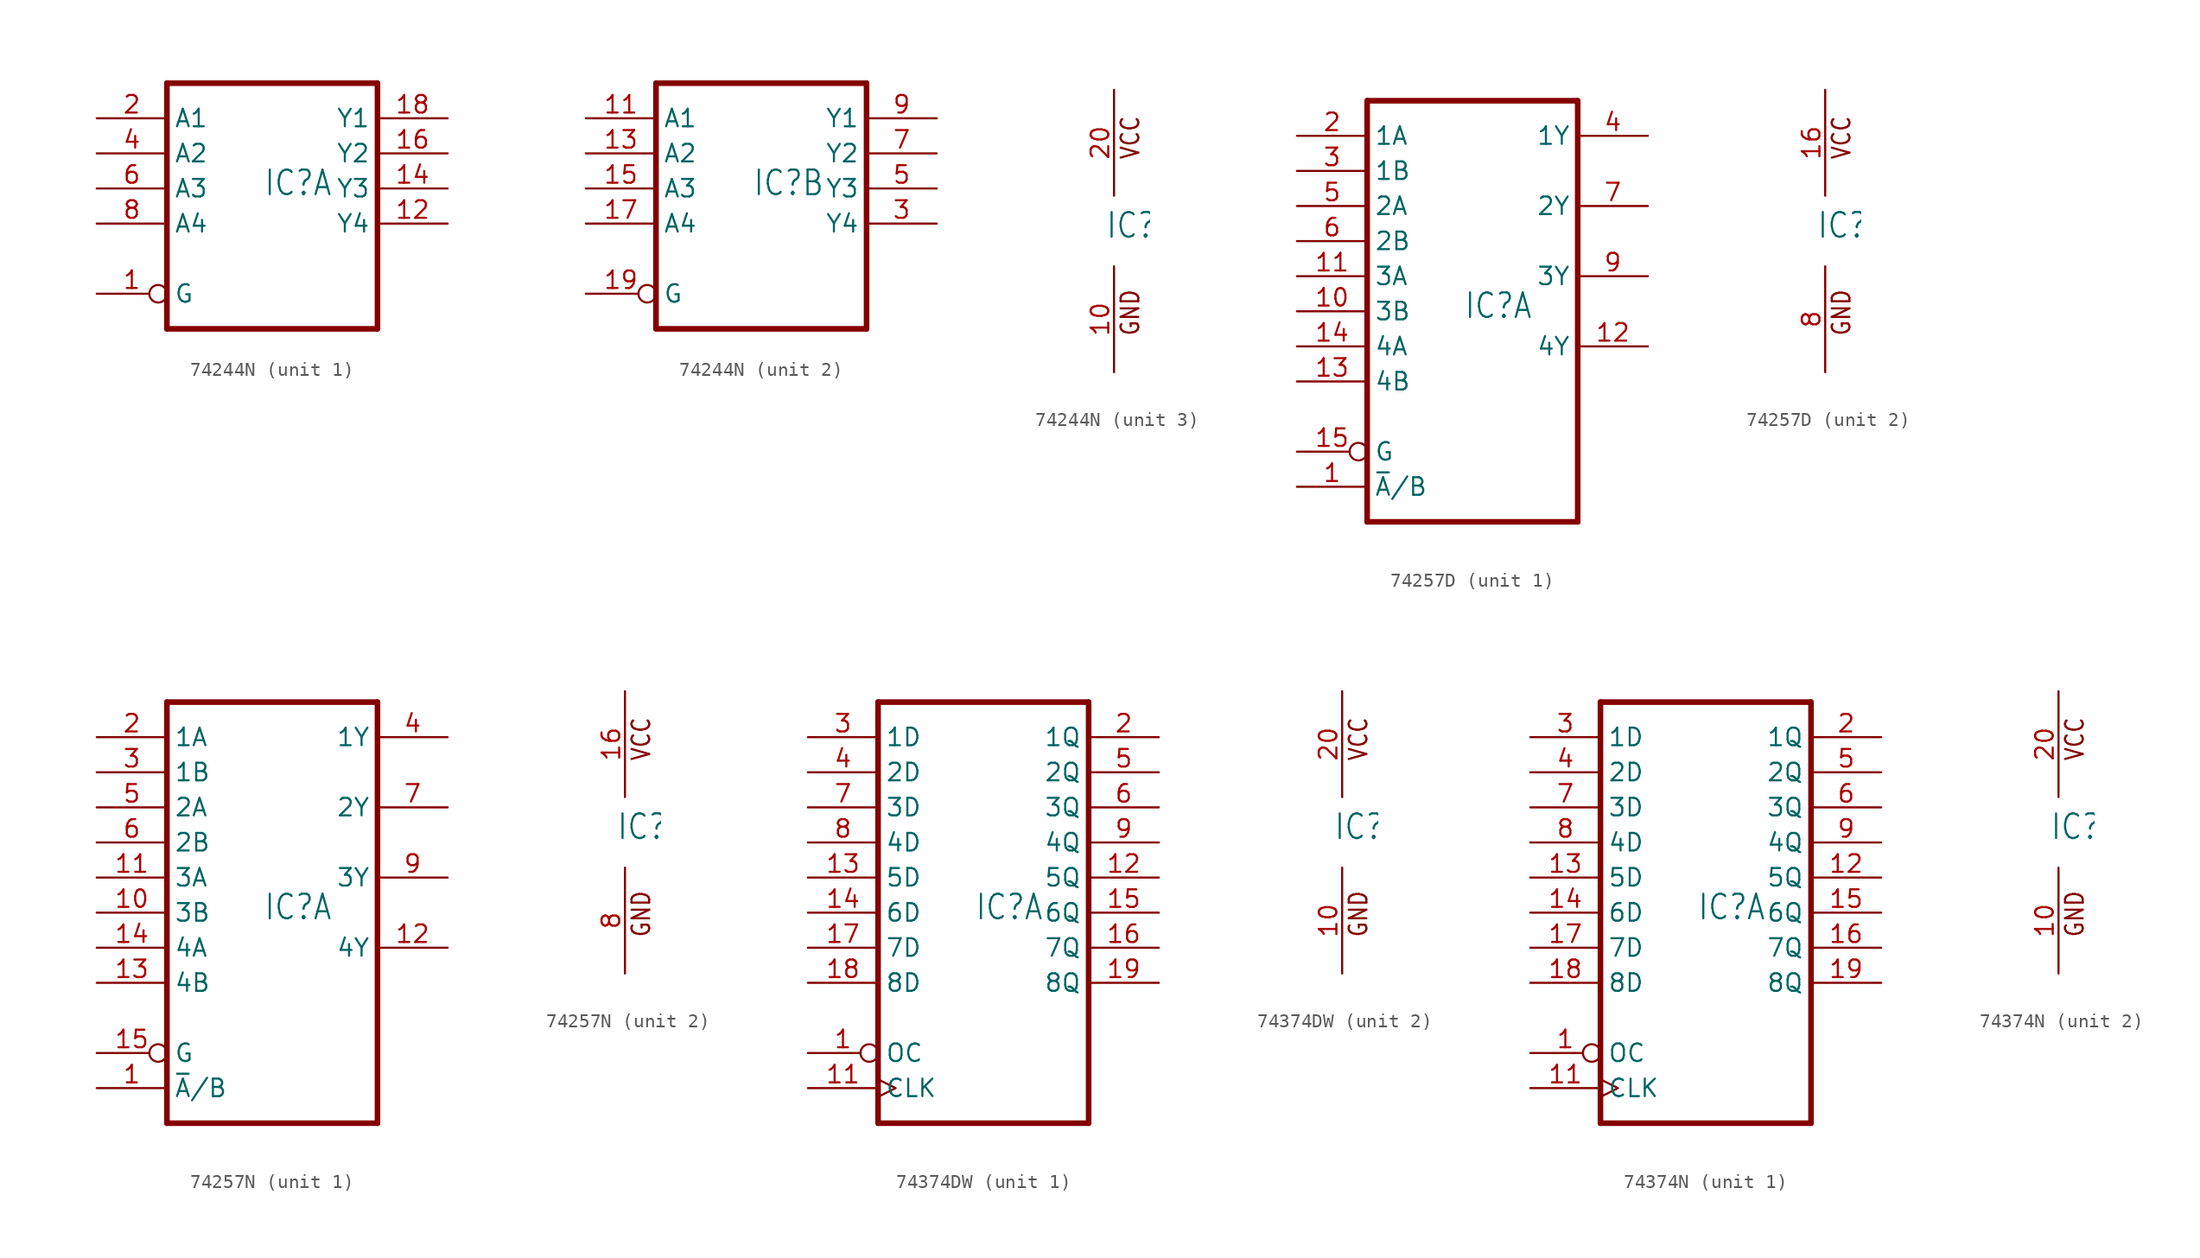
<source format=kicad_sym>
(kicad_symbol_lib
  (version 20220914)
  (generator kicad_symbol_editor)
  (symbol "74244N"
    (property "Reference" "IC"
      (at -0.635 -0.635 0)
      (effects (font (size 1.778 1.511)) (justify left bottom)))
    (property "ki_locked" ""
      (at 0 0 0)
      (effects (font (size 1.27 1.27))))
    (symbol "74244N_1_0"
      (polyline (pts (xy -7.62 -10.16) (xy 7.62 -10.16)) (stroke (width 0.406) (type default)) (fill (type none)))
      (polyline (pts (xy -7.62 7.62) (xy -7.62 -10.16)) (stroke (width 0.406) (type default)) (fill (type none)))
      (polyline (pts (xy 7.62 -10.16) (xy 7.62 7.62)) (stroke (width 0.406) (type default)) (fill (type none)))
      (polyline (pts (xy 7.62 7.62) (xy -7.62 7.62)) (stroke (width 0.406) (type default)) (fill (type none)))
      (pin input inverted (at -12.7 -7.62 0) (length 5.08) (name "G" (effects (font (size 1.27 1.27)))) (number "1" (effects (font (size 1.27 1.27)))))
      (pin tri_state line (at 12.7 -2.54 180) (length 5.08) (name "Y4" (effects (font (size 1.27 1.27)))) (number "12" (effects (font (size 1.27 1.27)))))
      (pin tri_state line (at 12.7 0 180) (length 5.08) (name "Y3" (effects (font (size 1.27 1.27)))) (number "14" (effects (font (size 1.27 1.27)))))
      (pin tri_state line (at 12.7 2.54 180) (length 5.08) (name "Y2" (effects (font (size 1.27 1.27)))) (number "16" (effects (font (size 1.27 1.27)))))
      (pin tri_state line (at 12.7 5.08 180) (length 5.08) (name "Y1" (effects (font (size 1.27 1.27)))) (number "18" (effects (font (size 1.27 1.27)))))
      (pin input line (at -12.7 5.08 0) (length 5.08) (name "A1" (effects (font (size 1.27 1.27)))) (number "2" (effects (font (size 1.27 1.27)))))
      (pin input line (at -12.7 2.54 0) (length 5.08) (name "A2" (effects (font (size 1.27 1.27)))) (number "4" (effects (font (size 1.27 1.27)))))
      (pin input line (at -12.7 0 0) (length 5.08) (name "A3" (effects (font (size 1.27 1.27)))) (number "6" (effects (font (size 1.27 1.27)))))
      (pin input line (at -12.7 -2.54 0) (length 5.08) (name "A4" (effects (font (size 1.27 1.27)))) (number "8" (effects (font (size 1.27 1.27))))))
    (symbol "74244N_2_0"
      (polyline (pts (xy -7.62 -10.16) (xy 7.62 -10.16)) (stroke (width 0.406) (type default)) (fill (type none)))
      (polyline (pts (xy -7.62 7.62) (xy -7.62 -10.16)) (stroke (width 0.406) (type default)) (fill (type none)))
      (polyline (pts (xy 7.62 -10.16) (xy 7.62 7.62)) (stroke (width 0.406) (type default)) (fill (type none)))
      (polyline (pts (xy 7.62 7.62) (xy -7.62 7.62)) (stroke (width 0.406) (type default)) (fill (type none)))
      (pin input line (at -12.7 5.08 0) (length 5.08) (name "A1" (effects (font (size 1.27 1.27)))) (number "11" (effects (font (size 1.27 1.27)))))
      (pin input line (at -12.7 2.54 0) (length 5.08) (name "A2" (effects (font (size 1.27 1.27)))) (number "13" (effects (font (size 1.27 1.27)))))
      (pin input line (at -12.7 0 0) (length 5.08) (name "A3" (effects (font (size 1.27 1.27)))) (number "15" (effects (font (size 1.27 1.27)))))
      (pin input line (at -12.7 -2.54 0) (length 5.08) (name "A4" (effects (font (size 1.27 1.27)))) (number "17" (effects (font (size 1.27 1.27)))))
      (pin input inverted (at -12.7 -7.62 0) (length 5.08) (name "G" (effects (font (size 1.27 1.27)))) (number "19" (effects (font (size 1.27 1.27)))))
      (pin tri_state line (at 12.7 -2.54 180) (length 5.08) (name "Y4" (effects (font (size 1.27 1.27)))) (number "3" (effects (font (size 1.27 1.27)))))
      (pin tri_state line (at 12.7 0 180) (length 5.08) (name "Y3" (effects (font (size 1.27 1.27)))) (number "5" (effects (font (size 1.27 1.27)))))
      (pin tri_state line (at 12.7 2.54 180) (length 5.08) (name "Y2" (effects (font (size 1.27 1.27)))) (number "7" (effects (font (size 1.27 1.27)))))
      (pin tri_state line (at 12.7 5.08 180) (length 5.08) (name "Y1" (effects (font (size 1.27 1.27)))) (number "9" (effects (font (size 1.27 1.27))))))
    (symbol "74244N_3_0"
      (text "GND" (at 1.905 -7.62 900) (effects (font (size 1.27 1.079)) (justify left bottom)))
      (text "VCC" (at 1.905 5.08 900) (effects (font (size 1.27 1.079)) (justify left bottom)))
      (pin power_in line (at 0 -10.16 90) (length 7.62) (name "GND" (effects (font (size 0 0)))) (number "10" (effects (font (size 1.27 1.27)))))
      (pin power_in line (at 0 10.16 270) (length 7.62) (name "VCC" (effects (font (size 0 0)))) (number "20" (effects (font (size 1.27 1.27)))))))
  (symbol "74257D"
    (property "Reference" "IC"
      (at -0.635 -0.635 0)
      (effects (font (size 1.778 1.511)) (justify left bottom)))
    (property "ki_locked" ""
      (at 0 0 0)
      (effects (font (size 1.27 1.27))))
    (symbol "74257D_1_0"
      (polyline (pts (xy -7.62 -15.24) (xy 7.62 -15.24)) (stroke (width 0.406) (type default)) (fill (type none)))
      (polyline (pts (xy -7.62 15.24) (xy -7.62 -15.24)) (stroke (width 0.406) (type default)) (fill (type none)))
      (polyline (pts (xy 7.62 -15.24) (xy 7.62 15.24)) (stroke (width 0.406) (type default)) (fill (type none)))
      (polyline (pts (xy 7.62 15.24) (xy -7.62 15.24)) (stroke (width 0.406) (type default)) (fill (type none)))
      (pin input line (at -12.7 -12.7 0) (length 5.08) (name "~{A}/B" (effects (font (size 1.27 1.27)))) (number "1" (effects (font (size 1.27 1.27)))))
      (pin input line (at -12.7 0 0) (length 5.08) (name "3B" (effects (font (size 1.27 1.27)))) (number "10" (effects (font (size 1.27 1.27)))))
      (pin input line (at -12.7 2.54 0) (length 5.08) (name "3A" (effects (font (size 1.27 1.27)))) (number "11" (effects (font (size 1.27 1.27)))))
      (pin tri_state line (at 12.7 -2.54 180) (length 5.08) (name "4Y" (effects (font (size 1.27 1.27)))) (number "12" (effects (font (size 1.27 1.27)))))
      (pin input line (at -12.7 -5.08 0) (length 5.08) (name "4B" (effects (font (size 1.27 1.27)))) (number "13" (effects (font (size 1.27 1.27)))))
      (pin input line (at -12.7 -2.54 0) (length 5.08) (name "4A" (effects (font (size 1.27 1.27)))) (number "14" (effects (font (size 1.27 1.27)))))
      (pin input inverted (at -12.7 -10.16 0) (length 5.08) (name "G" (effects (font (size 1.27 1.27)))) (number "15" (effects (font (size 1.27 1.27)))))
      (pin input line (at -12.7 12.7 0) (length 5.08) (name "1A" (effects (font (size 1.27 1.27)))) (number "2" (effects (font (size 1.27 1.27)))))
      (pin input line (at -12.7 10.16 0) (length 5.08) (name "1B" (effects (font (size 1.27 1.27)))) (number "3" (effects (font (size 1.27 1.27)))))
      (pin tri_state line (at 12.7 12.7 180) (length 5.08) (name "1Y" (effects (font (size 1.27 1.27)))) (number "4" (effects (font (size 1.27 1.27)))))
      (pin input line (at -12.7 7.62 0) (length 5.08) (name "2A" (effects (font (size 1.27 1.27)))) (number "5" (effects (font (size 1.27 1.27)))))
      (pin input line (at -12.7 5.08 0) (length 5.08) (name "2B" (effects (font (size 1.27 1.27)))) (number "6" (effects (font (size 1.27 1.27)))))
      (pin tri_state line (at 12.7 7.62 180) (length 5.08) (name "2Y" (effects (font (size 1.27 1.27)))) (number "7" (effects (font (size 1.27 1.27)))))
      (pin tri_state line (at 12.7 2.54 180) (length 5.08) (name "3Y" (effects (font (size 1.27 1.27)))) (number "9" (effects (font (size 1.27 1.27))))))
    (symbol "74257D_2_0"
      (text "GND" (at 1.905 -7.62 900) (effects (font (size 1.27 1.079)) (justify left bottom)))
      (text "VCC" (at 1.905 5.08 900) (effects (font (size 1.27 1.079)) (justify left bottom)))
      (pin power_in line (at 0 10.16 270) (length 7.62) (name "VCC" (effects (font (size 0 0)))) (number "16" (effects (font (size 1.27 1.27)))))
      (pin power_in line (at 0 -10.16 90) (length 7.62) (name "GND" (effects (font (size 0 0)))) (number "8" (effects (font (size 1.27 1.27)))))))
  (symbol "74257N"
    (property "Reference" "IC"
      (at -0.635 -0.635 0)
      (effects (font (size 1.778 1.511)) (justify left bottom)))
    (property "ki_locked" ""
      (at 0 0 0)
      (effects (font (size 1.27 1.27))))
    (symbol "74257N_1_0"
      (polyline (pts (xy -7.62 -15.24) (xy 7.62 -15.24)) (stroke (width 0.406) (type default)) (fill (type none)))
      (polyline (pts (xy -7.62 15.24) (xy -7.62 -15.24)) (stroke (width 0.406) (type default)) (fill (type none)))
      (polyline (pts (xy 7.62 -15.24) (xy 7.62 15.24)) (stroke (width 0.406) (type default)) (fill (type none)))
      (polyline (pts (xy 7.62 15.24) (xy -7.62 15.24)) (stroke (width 0.406) (type default)) (fill (type none)))
      (pin input line (at -12.7 -12.7 0) (length 5.08) (name "~{A}/B" (effects (font (size 1.27 1.27)))) (number "1" (effects (font (size 1.27 1.27)))))
      (pin input line (at -12.7 0 0) (length 5.08) (name "3B" (effects (font (size 1.27 1.27)))) (number "10" (effects (font (size 1.27 1.27)))))
      (pin input line (at -12.7 2.54 0) (length 5.08) (name "3A" (effects (font (size 1.27 1.27)))) (number "11" (effects (font (size 1.27 1.27)))))
      (pin tri_state line (at 12.7 -2.54 180) (length 5.08) (name "4Y" (effects (font (size 1.27 1.27)))) (number "12" (effects (font (size 1.27 1.27)))))
      (pin input line (at -12.7 -5.08 0) (length 5.08) (name "4B" (effects (font (size 1.27 1.27)))) (number "13" (effects (font (size 1.27 1.27)))))
      (pin input line (at -12.7 -2.54 0) (length 5.08) (name "4A" (effects (font (size 1.27 1.27)))) (number "14" (effects (font (size 1.27 1.27)))))
      (pin input inverted (at -12.7 -10.16 0) (length 5.08) (name "G" (effects (font (size 1.27 1.27)))) (number "15" (effects (font (size 1.27 1.27)))))
      (pin input line (at -12.7 12.7 0) (length 5.08) (name "1A" (effects (font (size 1.27 1.27)))) (number "2" (effects (font (size 1.27 1.27)))))
      (pin input line (at -12.7 10.16 0) (length 5.08) (name "1B" (effects (font (size 1.27 1.27)))) (number "3" (effects (font (size 1.27 1.27)))))
      (pin tri_state line (at 12.7 12.7 180) (length 5.08) (name "1Y" (effects (font (size 1.27 1.27)))) (number "4" (effects (font (size 1.27 1.27)))))
      (pin input line (at -12.7 7.62 0) (length 5.08) (name "2A" (effects (font (size 1.27 1.27)))) (number "5" (effects (font (size 1.27 1.27)))))
      (pin input line (at -12.7 5.08 0) (length 5.08) (name "2B" (effects (font (size 1.27 1.27)))) (number "6" (effects (font (size 1.27 1.27)))))
      (pin tri_state line (at 12.7 7.62 180) (length 5.08) (name "2Y" (effects (font (size 1.27 1.27)))) (number "7" (effects (font (size 1.27 1.27)))))
      (pin tri_state line (at 12.7 2.54 180) (length 5.08) (name "3Y" (effects (font (size 1.27 1.27)))) (number "9" (effects (font (size 1.27 1.27))))))
    (symbol "74257N_2_0"
      (text "GND" (at 1.905 -7.62 900) (effects (font (size 1.27 1.079)) (justify left bottom)))
      (text "VCC" (at 1.905 5.08 900) (effects (font (size 1.27 1.079)) (justify left bottom)))
      (pin power_in line (at 0 10.16 270) (length 7.62) (name "VCC" (effects (font (size 0 0)))) (number "16" (effects (font (size 1.27 1.27)))))
      (pin power_in line (at 0 -10.16 90) (length 7.62) (name "GND" (effects (font (size 0 0)))) (number "8" (effects (font (size 1.27 1.27)))))))
  (symbol "74374DW"
    (property "Reference" "IC"
      (at -0.635 -0.635 0)
      (effects (font (size 1.778 1.511)) (justify left bottom)))
    (property "ki_locked" ""
      (at 0 0 0)
      (effects (font (size 1.27 1.27))))
    (symbol "74374DW_1_0"
      (polyline (pts (xy -7.62 -15.24) (xy 7.62 -15.24)) (stroke (width 0.406) (type default)) (fill (type none)))
      (polyline (pts (xy -7.62 15.24) (xy -7.62 -15.24)) (stroke (width 0.406) (type default)) (fill (type none)))
      (polyline (pts (xy 7.62 -15.24) (xy 7.62 15.24)) (stroke (width 0.406) (type default)) (fill (type none)))
      (polyline (pts (xy 7.62 15.24) (xy -7.62 15.24)) (stroke (width 0.406) (type default)) (fill (type none)))
      (pin input inverted (at -12.7 -10.16 0) (length 5.08) (name "OC" (effects (font (size 1.27 1.27)))) (number "1" (effects (font (size 1.27 1.27)))))
      (pin input clock (at -12.7 -12.7 0) (length 5.08) (name "CLK" (effects (font (size 1.27 1.27)))) (number "11" (effects (font (size 1.27 1.27)))))
      (pin tri_state line (at 12.7 2.54 180) (length 5.08) (name "5Q" (effects (font (size 1.27 1.27)))) (number "12" (effects (font (size 1.27 1.27)))))
      (pin input line (at -12.7 2.54 0) (length 5.08) (name "5D" (effects (font (size 1.27 1.27)))) (number "13" (effects (font (size 1.27 1.27)))))
      (pin input line (at -12.7 0 0) (length 5.08) (name "6D" (effects (font (size 1.27 1.27)))) (number "14" (effects (font (size 1.27 1.27)))))
      (pin tri_state line (at 12.7 0 180) (length 5.08) (name "6Q" (effects (font (size 1.27 1.27)))) (number "15" (effects (font (size 1.27 1.27)))))
      (pin tri_state line (at 12.7 -2.54 180) (length 5.08) (name "7Q" (effects (font (size 1.27 1.27)))) (number "16" (effects (font (size 1.27 1.27)))))
      (pin input line (at -12.7 -2.54 0) (length 5.08) (name "7D" (effects (font (size 1.27 1.27)))) (number "17" (effects (font (size 1.27 1.27)))))
      (pin input line (at -12.7 -5.08 0) (length 5.08) (name "8D" (effects (font (size 1.27 1.27)))) (number "18" (effects (font (size 1.27 1.27)))))
      (pin tri_state line (at 12.7 -5.08 180) (length 5.08) (name "8Q" (effects (font (size 1.27 1.27)))) (number "19" (effects (font (size 1.27 1.27)))))
      (pin tri_state line (at 12.7 12.7 180) (length 5.08) (name "1Q" (effects (font (size 1.27 1.27)))) (number "2" (effects (font (size 1.27 1.27)))))
      (pin input line (at -12.7 12.7 0) (length 5.08) (name "1D" (effects (font (size 1.27 1.27)))) (number "3" (effects (font (size 1.27 1.27)))))
      (pin input line (at -12.7 10.16 0) (length 5.08) (name "2D" (effects (font (size 1.27 1.27)))) (number "4" (effects (font (size 1.27 1.27)))))
      (pin tri_state line (at 12.7 10.16 180) (length 5.08) (name "2Q" (effects (font (size 1.27 1.27)))) (number "5" (effects (font (size 1.27 1.27)))))
      (pin tri_state line (at 12.7 7.62 180) (length 5.08) (name "3Q" (effects (font (size 1.27 1.27)))) (number "6" (effects (font (size 1.27 1.27)))))
      (pin input line (at -12.7 7.62 0) (length 5.08) (name "3D" (effects (font (size 1.27 1.27)))) (number "7" (effects (font (size 1.27 1.27)))))
      (pin input line (at -12.7 5.08 0) (length 5.08) (name "4D" (effects (font (size 1.27 1.27)))) (number "8" (effects (font (size 1.27 1.27)))))
      (pin tri_state line (at 12.7 5.08 180) (length 5.08) (name "4Q" (effects (font (size 1.27 1.27)))) (number "9" (effects (font (size 1.27 1.27))))))
    (symbol "74374DW_2_0"
      (text "GND" (at 1.905 -7.62 900) (effects (font (size 1.27 1.079)) (justify left bottom)))
      (text "VCC" (at 1.905 5.08 900) (effects (font (size 1.27 1.079)) (justify left bottom)))
      (pin power_in line (at 0 -10.16 90) (length 7.62) (name "GND" (effects (font (size 0 0)))) (number "10" (effects (font (size 1.27 1.27)))))
      (pin power_in line (at 0 10.16 270) (length 7.62) (name "VCC" (effects (font (size 0 0)))) (number "20" (effects (font (size 1.27 1.27)))))))
  (symbol "74374N"
    (property "Reference" "IC"
      (at -0.635 -0.635 0)
      (effects (font (size 1.778 1.511)) (justify left bottom)))
    (property "ki_locked" ""
      (at 0 0 0)
      (effects (font (size 1.27 1.27))))
    (symbol "74374N_1_0"
      (polyline (pts (xy -7.62 -15.24) (xy 7.62 -15.24)) (stroke (width 0.406) (type default)) (fill (type none)))
      (polyline (pts (xy -7.62 15.24) (xy -7.62 -15.24)) (stroke (width 0.406) (type default)) (fill (type none)))
      (polyline (pts (xy 7.62 -15.24) (xy 7.62 15.24)) (stroke (width 0.406) (type default)) (fill (type none)))
      (polyline (pts (xy 7.62 15.24) (xy -7.62 15.24)) (stroke (width 0.406) (type default)) (fill (type none)))
      (pin input inverted (at -12.7 -10.16 0) (length 5.08) (name "OC" (effects (font (size 1.27 1.27)))) (number "1" (effects (font (size 1.27 1.27)))))
      (pin input clock (at -12.7 -12.7 0) (length 5.08) (name "CLK" (effects (font (size 1.27 1.27)))) (number "11" (effects (font (size 1.27 1.27)))))
      (pin tri_state line (at 12.7 2.54 180) (length 5.08) (name "5Q" (effects (font (size 1.27 1.27)))) (number "12" (effects (font (size 1.27 1.27)))))
      (pin input line (at -12.7 2.54 0) (length 5.08) (name "5D" (effects (font (size 1.27 1.27)))) (number "13" (effects (font (size 1.27 1.27)))))
      (pin input line (at -12.7 0 0) (length 5.08) (name "6D" (effects (font (size 1.27 1.27)))) (number "14" (effects (font (size 1.27 1.27)))))
      (pin tri_state line (at 12.7 0 180) (length 5.08) (name "6Q" (effects (font (size 1.27 1.27)))) (number "15" (effects (font (size 1.27 1.27)))))
      (pin tri_state line (at 12.7 -2.54 180) (length 5.08) (name "7Q" (effects (font (size 1.27 1.27)))) (number "16" (effects (font (size 1.27 1.27)))))
      (pin input line (at -12.7 -2.54 0) (length 5.08) (name "7D" (effects (font (size 1.27 1.27)))) (number "17" (effects (font (size 1.27 1.27)))))
      (pin input line (at -12.7 -5.08 0) (length 5.08) (name "8D" (effects (font (size 1.27 1.27)))) (number "18" (effects (font (size 1.27 1.27)))))
      (pin tri_state line (at 12.7 -5.08 180) (length 5.08) (name "8Q" (effects (font (size 1.27 1.27)))) (number "19" (effects (font (size 1.27 1.27)))))
      (pin tri_state line (at 12.7 12.7 180) (length 5.08) (name "1Q" (effects (font (size 1.27 1.27)))) (number "2" (effects (font (size 1.27 1.27)))))
      (pin input line (at -12.7 12.7 0) (length 5.08) (name "1D" (effects (font (size 1.27 1.27)))) (number "3" (effects (font (size 1.27 1.27)))))
      (pin input line (at -12.7 10.16 0) (length 5.08) (name "2D" (effects (font (size 1.27 1.27)))) (number "4" (effects (font (size 1.27 1.27)))))
      (pin tri_state line (at 12.7 10.16 180) (length 5.08) (name "2Q" (effects (font (size 1.27 1.27)))) (number "5" (effects (font (size 1.27 1.27)))))
      (pin tri_state line (at 12.7 7.62 180) (length 5.08) (name "3Q" (effects (font (size 1.27 1.27)))) (number "6" (effects (font (size 1.27 1.27)))))
      (pin input line (at -12.7 7.62 0) (length 5.08) (name "3D" (effects (font (size 1.27 1.27)))) (number "7" (effects (font (size 1.27 1.27)))))
      (pin input line (at -12.7 5.08 0) (length 5.08) (name "4D" (effects (font (size 1.27 1.27)))) (number "8" (effects (font (size 1.27 1.27)))))
      (pin tri_state line (at 12.7 5.08 180) (length 5.08) (name "4Q" (effects (font (size 1.27 1.27)))) (number "9" (effects (font (size 1.27 1.27))))))
    (symbol "74374N_2_0"
      (text "GND" (at 1.905 -7.62 900) (effects (font (size 1.27 1.079)) (justify left bottom)))
      (text "VCC" (at 1.905 5.08 900) (effects (font (size 1.27 1.079)) (justify left bottom)))
      (pin power_in line (at 0 -10.16 90) (length 7.62) (name "GND" (effects (font (size 0 0)))) (number "10" (effects (font (size 1.27 1.27)))))
      (pin power_in line (at 0 10.16 270) (length 7.62) (name "VCC" (effects (font (size 0 0)))) (number "20" (effects (font (size 1.27 1.27))))))))
</source>
